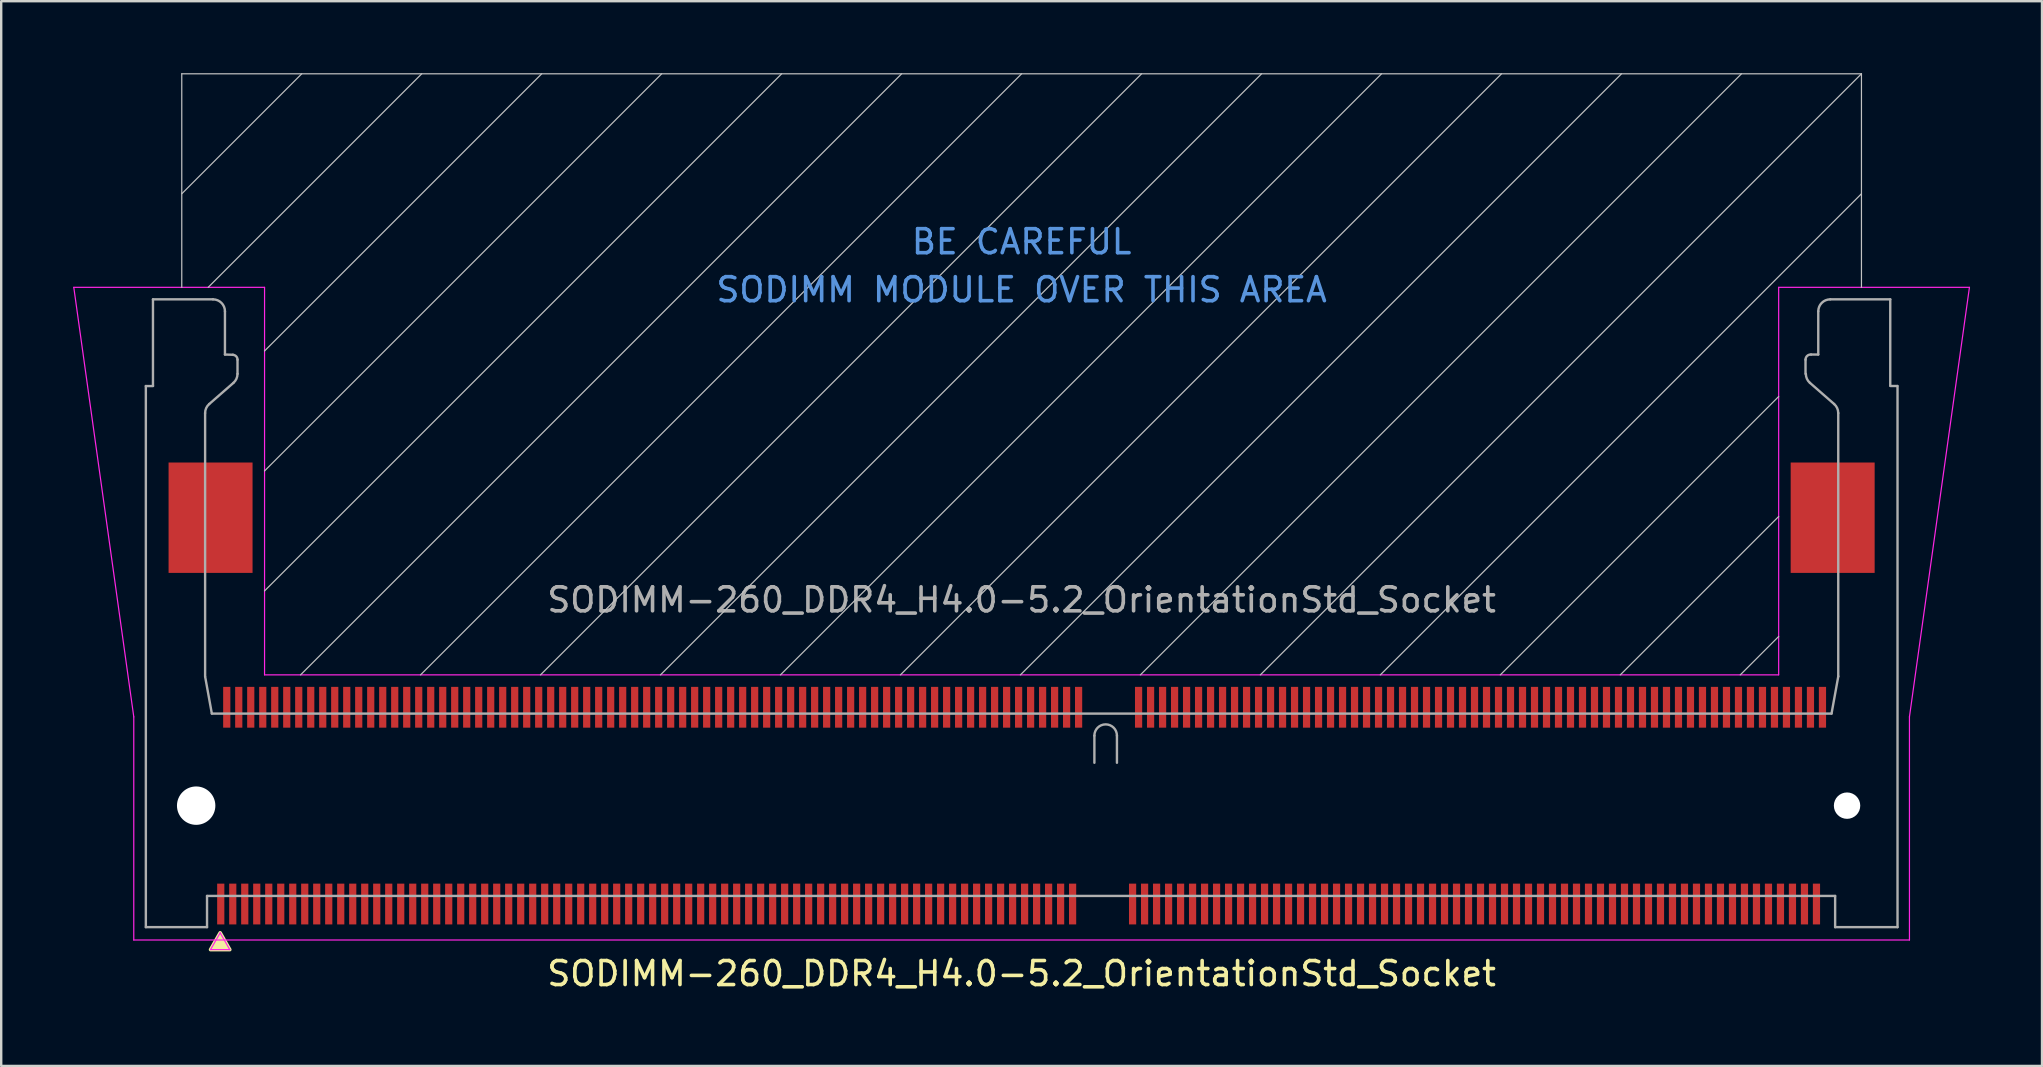
<source format=kicad_pcb>
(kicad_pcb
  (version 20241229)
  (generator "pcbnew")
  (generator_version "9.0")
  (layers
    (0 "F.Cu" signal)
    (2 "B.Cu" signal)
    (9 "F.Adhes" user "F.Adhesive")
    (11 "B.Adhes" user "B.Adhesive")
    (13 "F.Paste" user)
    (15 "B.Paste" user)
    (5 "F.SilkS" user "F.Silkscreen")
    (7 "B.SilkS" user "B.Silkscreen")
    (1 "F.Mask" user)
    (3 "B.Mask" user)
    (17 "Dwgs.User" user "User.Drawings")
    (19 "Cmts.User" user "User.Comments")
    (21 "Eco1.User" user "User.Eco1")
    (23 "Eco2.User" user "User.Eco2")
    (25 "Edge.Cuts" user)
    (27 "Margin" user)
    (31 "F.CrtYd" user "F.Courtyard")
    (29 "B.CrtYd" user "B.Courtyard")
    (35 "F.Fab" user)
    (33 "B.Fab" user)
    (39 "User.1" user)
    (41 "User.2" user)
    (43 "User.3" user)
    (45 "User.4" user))
  (footprint "SODIMM-260_DDR4_H4.0-5.2_OrientationStd_Socket"
    (layer "F.Cu")
    (at 39.525 30.525)
    (property "Reference" "SODIMM-260_DDR4_H4.0-5.2_OrientationStd_Socket" (at 0 7 0) (layer "F.SilkS") (effects (font (size 1 1) (thickness 0.15))))
    (attr smd)
    (fp_poly (pts (xy -33.8 6) (xy -33.4 5.3) (xy -33 6)) (stroke (width 0.15) (type solid)) (fill yes) (layer "F.SilkS"))
    (fp_line (start -35 -30.5) (end -35 -21.6) (stroke (width 0.05) (type solid)) (layer "Dwgs.User"))
    (fp_line (start -35 -30.5) (end 35 -30.5) (stroke (width 0.05) (type solid)) (layer "Dwgs.User"))
    (fp_line (start -35 -25.5) (end -30 -30.5) (stroke (width 0.05) (type solid)) (layer "Dwgs.User"))
    (fp_line (start -25 -30.5) (end -33.9 -21.6) (stroke (width 0.05) (type solid)) (layer "Dwgs.User"))
    (fp_line (start -20 -30.5) (end -31.55 -18.95) (stroke (width 0.05) (type solid)) (layer "Dwgs.User"))
    (fp_line (start -15 -30.5) (end -31.55 -13.95) (stroke (width 0.05) (type solid)) (layer "Dwgs.User"))
    (fp_line (start -10 -30.5) (end -31.55 -8.95) (stroke (width 0.05) (type solid)) (layer "Dwgs.User"))
    (fp_line (start -5 -30.5) (end -30.05 -5.45) (stroke (width 0.05) (type solid)) (layer "Dwgs.User"))
    (fp_line (start 0 -30.5) (end -25.05 -5.45) (stroke (width 0.05) (type solid)) (layer "Dwgs.User"))
    (fp_line (start 5 -30.5) (end -20.05 -5.45) (stroke (width 0.05) (type solid)) (layer "Dwgs.User"))
    (fp_line (start 10 -30.5) (end -15.05 -5.45) (stroke (width 0.05) (type solid)) (layer "Dwgs.User"))
    (fp_line (start 14.95 -5.45) (end 35 -25.5) (stroke (width 0.05) (type solid)) (layer "Dwgs.User"))
    (fp_line (start 15 -30.5) (end -10.05 -5.45) (stroke (width 0.05) (type solid)) (layer "Dwgs.User"))
    (fp_line (start 19.95 -5.45) (end 31.55 -17.05) (stroke (width 0.05) (type solid)) (layer "Dwgs.User"))
    (fp_line (start 20 -30.5) (end -5.05 -5.45) (stroke (width 0.05) (type solid)) (layer "Dwgs.User"))
    (fp_line (start 24.95 -5.45) (end 31.55 -12.05) (stroke (width 0.05) (type solid)) (layer "Dwgs.User"))
    (fp_line (start 25 -30.5) (end -0.05 -5.45) (stroke (width 0.05) (type solid)) (layer "Dwgs.User"))
    (fp_line (start 29.95 -5.45) (end 31.55 -7.05) (stroke (width 0.05) (type solid)) (layer "Dwgs.User"))
    (fp_line (start 30 -30.5) (end 4.95 -5.45) (stroke (width 0.05) (type solid)) (layer "Dwgs.User"))
    (fp_line (start 35 -30.5) (end 9.95 -5.45) (stroke (width 0.05) (type solid)) (layer "Dwgs.User"))
    (fp_line (start 35 -30.5) (end 35 -21.6) (stroke (width 0.05) (type solid)) (layer "Dwgs.User"))
    (fp_line (start -39.5 -21.6) (end -31.55 -21.6) (stroke (width 0.05) (type solid)) (layer "F.CrtYd"))
    (fp_line (start -37 -3.7) (end -39.5 -21.6) (stroke (width 0.05) (type solid)) (layer "F.CrtYd"))
    (fp_line (start -37 -3.7) (end -37 5.6) (stroke (width 0.05) (type solid)) (layer "F.CrtYd"))
    (fp_line (start -33.8 6) (end -33.4 5.3) (stroke (width 0.05) (type solid)) (layer "F.CrtYd"))
    (fp_line (start -33.4 5.3) (end -33 6) (stroke (width 0.05) (type solid)) (layer "F.CrtYd"))
    (fp_line (start -33 6) (end -33.8 6) (stroke (width 0.05) (type solid)) (layer "F.CrtYd"))
    (fp_line (start -31.55 -5.45) (end -31.55 -21.6) (stroke (width 0.05) (type solid)) (layer "F.CrtYd"))
    (fp_line (start -31.55 -5.45) (end 31.55 -5.45) (stroke (width 0.05) (type solid)) (layer "F.CrtYd"))
    (fp_line (start 31.55 -21.6) (end 39.5 -21.6) (stroke (width 0.05) (type solid)) (layer "F.CrtYd"))
    (fp_line (start 31.55 -5.45) (end 31.55 -21.6) (stroke (width 0.05) (type solid)) (layer "F.CrtYd"))
    (fp_line (start 37 -3.7) (end 37 5.6) (stroke (width 0.05) (type solid)) (layer "F.CrtYd"))
    (fp_line (start 37 -3.7) (end 39.5 -21.6) (stroke (width 0.05) (type solid)) (layer "F.CrtYd"))
    (fp_line (start 37 5.6) (end -37 5.6) (stroke (width 0.05) (type solid)) (layer "F.CrtYd"))
    (fp_line (start -36.497 -17.487) (end -36.497 5.063) (stroke (width 0.1) (type solid)) (layer "F.Fab"))
    (fp_line (start -36.497 -17.487) (end -36.197 -17.487) (stroke (width 0.1) (type solid)) (layer "F.Fab"))
    (fp_line (start -36.497 5.063) (end -33.947 5.063) (stroke (width 0.1) (type solid)) (layer "F.Fab"))
    (fp_line (start -36.2 -21.1) (end -36.2 -17.5) (stroke (width 0.1) (type solid)) (layer "F.Fab"))
    (fp_line (start -34.027 -16.36) (end -34.027 -5.387) (stroke (width 0.1) (type solid)) (layer "F.Fab"))
    (fp_line (start -33.947 3.763) (end 33.903 3.763) (stroke (width 0.1) (type solid)) (layer "F.Fab"))
    (fp_line (start -33.947 5.063) (end -33.947 3.763) (stroke (width 0.1) (type solid)) (layer "F.Fab"))
    (fp_line (start -33.747 -3.837) (end -34.025 -5.37) (stroke (width 0.1) (type solid)) (layer "F.Fab"))
    (fp_line (start -33.7 -21.1) (end -36.2 -21.1) (stroke (width 0.1) (type solid)) (layer "F.Fab"))
    (fp_line (start -33.2 -20.6) (end -33.2 -18.8) (stroke (width 0.1) (type solid)) (layer "F.Fab"))
    (fp_line (start -33.2 -18.8) (end -32.865 -18.79) (stroke (width 0.1) (type solid)) (layer "F.Fab"))
    (fp_line (start -32.848 -17.618) (end -33.856 -16.737) (stroke (width 0.1) (type solid)) (layer "F.Fab"))
    (fp_line (start -32.677 -18.587) (end -32.677 -17.995) (stroke (width 0.1) (type solid)) (layer "F.Fab"))
    (fp_line (start 3.033 -1.787) (end 3.033 -2.917) (stroke (width 0.1) (type solid)) (layer "F.Fab"))
    (fp_line (start 3.973 -2.917) (end 3.973 -1.787) (stroke (width 0.1) (type solid)) (layer "F.Fab"))
    (fp_line (start 32.669 -17.995) (end 32.669 -18.587) (stroke (width 0.1) (type solid)) (layer "F.Fab"))
    (fp_line (start 32.9 -18.8) (end 33.2 -18.8) (stroke (width 0.1) (type solid)) (layer "F.Fab"))
    (fp_line (start 33.2 -20.6) (end 33.2 -18.8) (stroke (width 0.1) (type solid)) (layer "F.Fab"))
    (fp_line (start 33.7 -21.1) (end 36.2 -21.1) (stroke (width 0.1) (type solid)) (layer "F.Fab"))
    (fp_line (start 33.753 -3.837) (end -33.747 -3.837) (stroke (width 0.1) (type solid)) (layer "F.Fab"))
    (fp_line (start 33.862 -16.737) (end 32.854 -17.618) (stroke (width 0.1) (type solid)) (layer "F.Fab"))
    (fp_line (start 33.903 3.763) (end 33.903 5.063) (stroke (width 0.1) (type solid)) (layer "F.Fab"))
    (fp_line (start 33.903 5.063) (end 36.503 5.063) (stroke (width 0.1) (type solid)) (layer "F.Fab"))
    (fp_line (start 34.033 -16.36) (end 34.033 -5.387) (stroke (width 0.1) (type solid)) (layer "F.Fab"))
    (fp_line (start 34.035 -5.39) (end 33.753 -3.837) (stroke (width 0.1) (type solid)) (layer "F.Fab"))
    (fp_line (start 36.2 -21.1) (end 36.2 -17.5) (stroke (width 0.1) (type solid)) (layer "F.Fab"))
    (fp_line (start 36.495 -17.49) (end 36.205 -17.49) (stroke (width 0.1) (type solid)) (layer "F.Fab"))
    (fp_line (start 36.503 -17.487) (end 36.503 5.063) (stroke (width 0.1) (type solid)) (layer "F.Fab"))
    (fp_arc (start -34.027353 -16.360455) (mid -33.982615 -16.567183) (end -33.856408 -16.736916) (stroke (width 0.1) (type solid)) (layer "F.Fab"))
    (fp_arc (start -33.7 -21.1) (mid -33.346447 -20.953553) (end -33.2 -20.6) (stroke (width 0.1) (type solid)) (layer "F.Fab"))
    (fp_arc (start -32.877353 -18.787497) (mid -32.735932 -18.728918) (end -32.677353 -18.587497) (stroke (width 0.1) (type solid)) (layer "F.Fab"))
    (fp_arc (start -32.677353 -17.994539) (mid -32.722091 -17.787811) (end -32.848298 -17.618078) (stroke (width 0.1) (type solid)) (layer "F.Fab"))
    (fp_arc (start 3.032647 -2.917497) (mid 3.502647 -3.387497) (end 3.972647 -2.917497) (stroke (width 0.1) (type solid)) (layer "F.Fab"))
    (fp_arc (start 32.669437 -18.587497) (mid 32.73815 -18.744274) (end 32.9 -18.8) (stroke (width 0.1) (type solid)) (layer "F.Fab"))
    (fp_arc (start 32.853592 -17.618078) (mid 32.727385 -17.787811) (end 32.682647 -17.994539) (stroke (width 0.1) (type solid)) (layer "F.Fab"))
    (fp_arc (start 33.2 -20.6) (mid 33.346447 -20.953553) (end 33.7 -21.1) (stroke (width 0.1) (type solid)) (layer "F.Fab"))
    (fp_arc (start 33.861702 -16.736916) (mid 33.987909 -16.567183) (end 34.032647 -16.360455) (stroke (width 0.1) (type solid)) (layer "F.Fab"))
    (fp_text user "BE CAREFUL" (at 0 -23.5 0) (layer "Cmts.User") (effects (font (size 1 1) (thickness 0.15))))
    (fp_text user "SODIMM MODULE OVER THIS AREA" (at 0 -21.5 0) (layer "Cmts.User") (effects (font (size 1 1) (thickness 0.15))))
    (fp_text user "${REFERENCE}" (at 0 -8.575 0) (layer "F.Fab") (effects (font (size 1 1) (thickness 0.15))))
    (pad "" np_thru_hole circle (at -34.4 0) (size 1.6 1.6) (drill 1.6) (layers "*.Cu" "*.Mask"))
    (pad "" np_thru_hole circle (at 34.4 0) (size 1.1 1.1) (drill 1.1) (layers "*.Cu" "*.Mask"))
    (pad "1" smd rect (at -33.375 4.1) (size 0.3 1.7) (layers "F.Cu" "F.Mask" "F.Paste"))
    (pad "2" smd rect (at -33.125 -4.1) (size 0.3 1.7) (layers "F.Cu" "F.Mask" "F.Paste"))
    (pad "3" smd rect (at -32.875 4.1) (size 0.3 1.7) (layers "F.Cu" "F.Mask" "F.Paste"))
    (pad "4" smd rect (at -32.625 -4.1) (size 0.3 1.7) (layers "F.Cu" "F.Mask" "F.Paste"))
    (pad "5" smd rect (at -32.375 4.1) (size 0.3 1.7) (layers "F.Cu" "F.Mask" "F.Paste"))
    (pad "6" smd rect (at -32.125 -4.1) (size 0.3 1.7) (layers "F.Cu" "F.Mask" "F.Paste"))
    (pad "7" smd rect (at -31.875 4.1) (size 0.3 1.7) (layers "F.Cu" "F.Mask" "F.Paste"))
    (pad "8" smd rect (at -31.625 -4.1) (size 0.3 1.7) (layers "F.Cu" "F.Mask" "F.Paste"))
    (pad "9" smd rect (at -31.375 4.1) (size 0.3 1.7) (layers "F.Cu" "F.Mask" "F.Paste"))
    (pad "10" smd rect (at -31.125 -4.1) (size 0.3 1.7) (layers "F.Cu" "F.Mask" "F.Paste"))
    (pad "11" smd rect (at -30.875 4.1) (size 0.3 1.7) (layers "F.Cu" "F.Mask" "F.Paste"))
    (pad "12" smd rect (at -30.625 -4.1) (size 0.3 1.7) (layers "F.Cu" "F.Mask" "F.Paste"))
    (pad "13" smd rect (at -30.375 4.1) (size 0.3 1.7) (layers "F.Cu" "F.Mask" "F.Paste"))
    (pad "14" smd rect (at -30.125 -4.1) (size 0.3 1.7) (layers "F.Cu" "F.Mask" "F.Paste"))
    (pad "15" smd rect (at -29.875 4.1) (size 0.3 1.7) (layers "F.Cu" "F.Mask" "F.Paste"))
    (pad "16" smd rect (at -29.625 -4.1) (size 0.3 1.7) (layers "F.Cu" "F.Mask" "F.Paste"))
    (pad "17" smd rect (at -29.375 4.1) (size 0.3 1.7) (layers "F.Cu" "F.Mask" "F.Paste"))
    (pad "18" smd rect (at -29.125 -4.1) (size 0.3 1.7) (layers "F.Cu" "F.Mask" "F.Paste"))
    (pad "19" smd rect (at -28.875 4.1) (size 0.3 1.7) (layers "F.Cu" "F.Mask" "F.Paste"))
    (pad "20" smd rect (at -28.625 -4.1) (size 0.3 1.7) (layers "F.Cu" "F.Mask" "F.Paste"))
    (pad "21" smd rect (at -28.375 4.1) (size 0.3 1.7) (layers "F.Cu" "F.Mask" "F.Paste"))
    (pad "22" smd rect (at -28.125 -4.1) (size 0.3 1.7) (layers "F.Cu" "F.Mask" "F.Paste"))
    (pad "23" smd rect (at -27.875 4.1) (size 0.3 1.7) (layers "F.Cu" "F.Mask" "F.Paste"))
    (pad "24" smd rect (at -27.625 -4.1) (size 0.3 1.7) (layers "F.Cu" "F.Mask" "F.Paste"))
    (pad "25" smd rect (at -27.375 4.1) (size 0.3 1.7) (layers "F.Cu" "F.Mask" "F.Paste"))
    (pad "26" smd rect (at -27.125 -4.1) (size 0.3 1.7) (layers "F.Cu" "F.Mask" "F.Paste"))
    (pad "27" smd rect (at -26.875 4.1) (size 0.3 1.7) (layers "F.Cu" "F.Mask" "F.Paste"))
    (pad "28" smd rect (at -26.625 -4.1) (size 0.3 1.7) (layers "F.Cu" "F.Mask" "F.Paste"))
    (pad "29" smd rect (at -26.375 4.1) (size 0.3 1.7) (layers "F.Cu" "F.Mask" "F.Paste"))
    (pad "30" smd rect (at -26.125 -4.1) (size 0.3 1.7) (layers "F.Cu" "F.Mask" "F.Paste"))
    (pad "31" smd rect (at -25.875 4.1) (size 0.3 1.7) (layers "F.Cu" "F.Mask" "F.Paste"))
    (pad "32" smd rect (at -25.625 -4.1) (size 0.3 1.7) (layers "F.Cu" "F.Mask" "F.Paste"))
    (pad "33" smd rect (at -25.375 4.1) (size 0.3 1.7) (layers "F.Cu" "F.Mask" "F.Paste"))
    (pad "34" smd rect (at -25.125 -4.1) (size 0.3 1.7) (layers "F.Cu" "F.Mask" "F.Paste"))
    (pad "35" smd rect (at -24.875 4.1) (size 0.3 1.7) (layers "F.Cu" "F.Mask" "F.Paste"))
    (pad "36" smd rect (at -24.625 -4.1) (size 0.3 1.7) (layers "F.Cu" "F.Mask" "F.Paste"))
    (pad "37" smd rect (at -24.375 4.1) (size 0.3 1.7) (layers "F.Cu" "F.Mask" "F.Paste"))
    (pad "38" smd rect (at -24.125 -4.1) (size 0.3 1.7) (layers "F.Cu" "F.Mask" "F.Paste"))
    (pad "39" smd rect (at -23.875 4.1) (size 0.3 1.7) (layers "F.Cu" "F.Mask" "F.Paste"))
    (pad "40" smd rect (at -23.625 -4.1) (size 0.3 1.7) (layers "F.Cu" "F.Mask" "F.Paste"))
    (pad "41" smd rect (at -23.375 4.1) (size 0.3 1.7) (layers "F.Cu" "F.Mask" "F.Paste"))
    (pad "42" smd rect (at -23.125 -4.1) (size 0.3 1.7) (layers "F.Cu" "F.Mask" "F.Paste"))
    (pad "43" smd rect (at -22.875 4.1) (size 0.3 1.7) (layers "F.Cu" "F.Mask" "F.Paste"))
    (pad "44" smd rect (at -22.625 -4.1) (size 0.3 1.7) (layers "F.Cu" "F.Mask" "F.Paste"))
    (pad "45" smd rect (at -22.375 4.1) (size 0.3 1.7) (layers "F.Cu" "F.Mask" "F.Paste"))
    (pad "46" smd rect (at -22.125 -4.1) (size 0.3 1.7) (layers "F.Cu" "F.Mask" "F.Paste"))
    (pad "47" smd rect (at -21.875 4.1) (size 0.3 1.7) (layers "F.Cu" "F.Mask" "F.Paste"))
    (pad "48" smd rect (at -21.625 -4.1) (size 0.3 1.7) (layers "F.Cu" "F.Mask" "F.Paste"))
    (pad "49" smd rect (at -21.375 4.1) (size 0.3 1.7) (layers "F.Cu" "F.Mask" "F.Paste"))
    (pad "50" smd rect (at -21.125 -4.1) (size 0.3 1.7) (layers "F.Cu" "F.Mask" "F.Paste"))
    (pad "51" smd rect (at -20.875 4.1) (size 0.3 1.7) (layers "F.Cu" "F.Mask" "F.Paste"))
    (pad "52" smd rect (at -20.625 -4.1) (size 0.3 1.7) (layers "F.Cu" "F.Mask" "F.Paste"))
    (pad "53" smd rect (at -20.375 4.1) (size 0.3 1.7) (layers "F.Cu" "F.Mask" "F.Paste"))
    (pad "54" smd rect (at -20.125 -4.1) (size 0.3 1.7) (layers "F.Cu" "F.Mask" "F.Paste"))
    (pad "55" smd rect (at -19.875 4.1) (size 0.3 1.7) (layers "F.Cu" "F.Mask" "F.Paste"))
    (pad "56" smd rect (at -19.625 -4.1) (size 0.3 1.7) (layers "F.Cu" "F.Mask" "F.Paste"))
    (pad "57" smd rect (at -19.375 4.1) (size 0.3 1.7) (layers "F.Cu" "F.Mask" "F.Paste"))
    (pad "58" smd rect (at -19.125 -4.1) (size 0.3 1.7) (layers "F.Cu" "F.Mask" "F.Paste"))
    (pad "59" smd rect (at -18.875 4.1) (size 0.3 1.7) (layers "F.Cu" "F.Mask" "F.Paste"))
    (pad "60" smd rect (at -18.625 -4.1) (size 0.3 1.7) (layers "F.Cu" "F.Mask" "F.Paste"))
    (pad "61" smd rect (at -18.375 4.1) (size 0.3 1.7) (layers "F.Cu" "F.Mask" "F.Paste"))
    (pad "62" smd rect (at -18.125 -4.1) (size 0.3 1.7) (layers "F.Cu" "F.Mask" "F.Paste"))
    (pad "63" smd rect (at -17.875 4.1) (size 0.3 1.7) (layers "F.Cu" "F.Mask" "F.Paste"))
    (pad "64" smd rect (at -17.625 -4.1) (size 0.3 1.7) (layers "F.Cu" "F.Mask" "F.Paste"))
    (pad "65" smd rect (at -17.375 4.1) (size 0.3 1.7) (layers "F.Cu" "F.Mask" "F.Paste"))
    (pad "66" smd rect (at -17.125 -4.1) (size 0.3 1.7) (layers "F.Cu" "F.Mask" "F.Paste"))
    (pad "67" smd rect (at -16.875 4.1) (size 0.3 1.7) (layers "F.Cu" "F.Mask" "F.Paste"))
    (pad "68" smd rect (at -16.625 -4.1) (size 0.3 1.7) (layers "F.Cu" "F.Mask" "F.Paste"))
    (pad "69" smd rect (at -16.375 4.1) (size 0.3 1.7) (layers "F.Cu" "F.Mask" "F.Paste"))
    (pad "70" smd rect (at -16.125 -4.1) (size 0.3 1.7) (layers "F.Cu" "F.Mask" "F.Paste"))
    (pad "71" smd rect (at -15.875 4.1) (size 0.3 1.7) (layers "F.Cu" "F.Mask" "F.Paste"))
    (pad "72" smd rect (at -15.625 -4.1) (size 0.3 1.7) (layers "F.Cu" "F.Mask" "F.Paste"))
    (pad "73" smd rect (at -15.375 4.1) (size 0.3 1.7) (layers "F.Cu" "F.Mask" "F.Paste"))
    (pad "74" smd rect (at -15.125 -4.1) (size 0.3 1.7) (layers "F.Cu" "F.Mask" "F.Paste"))
    (pad "75" smd rect (at -14.875 4.1) (size 0.3 1.7) (layers "F.Cu" "F.Mask" "F.Paste"))
    (pad "76" smd rect (at -14.625 -4.1) (size 0.3 1.7) (layers "F.Cu" "F.Mask" "F.Paste"))
    (pad "77" smd rect (at -14.375 4.1) (size 0.3 1.7) (layers "F.Cu" "F.Mask" "F.Paste"))
    (pad "78" smd rect (at -14.125 -4.1) (size 0.3 1.7) (layers "F.Cu" "F.Mask" "F.Paste"))
    (pad "79" smd rect (at -13.875 4.1) (size 0.3 1.7) (layers "F.Cu" "F.Mask" "F.Paste"))
    (pad "80" smd rect (at -13.625 -4.1) (size 0.3 1.7) (layers "F.Cu" "F.Mask" "F.Paste"))
    (pad "81" smd rect (at -13.375 4.1) (size 0.3 1.7) (layers "F.Cu" "F.Mask" "F.Paste"))
    (pad "82" smd rect (at -13.125 -4.1) (size 0.3 1.7) (layers "F.Cu" "F.Mask" "F.Paste"))
    (pad "83" smd rect (at -12.875 4.1) (size 0.3 1.7) (layers "F.Cu" "F.Mask" "F.Paste"))
    (pad "84" smd rect (at -12.625 -4.1) (size 0.3 1.7) (layers "F.Cu" "F.Mask" "F.Paste"))
    (pad "85" smd rect (at -12.375 4.1) (size 0.3 1.7) (layers "F.Cu" "F.Mask" "F.Paste"))
    (pad "86" smd rect (at -12.125 -4.1) (size 0.3 1.7) (layers "F.Cu" "F.Mask" "F.Paste"))
    (pad "87" smd rect (at -11.875 4.1) (size 0.3 1.7) (layers "F.Cu" "F.Mask" "F.Paste"))
    (pad "88" smd rect (at -11.625 -4.1) (size 0.3 1.7) (layers "F.Cu" "F.Mask" "F.Paste"))
    (pad "89" smd rect (at -11.375 4.1) (size 0.3 1.7) (layers "F.Cu" "F.Mask" "F.Paste"))
    (pad "90" smd rect (at -11.125 -4.1) (size 0.3 1.7) (layers "F.Cu" "F.Mask" "F.Paste"))
    (pad "91" smd rect (at -10.875 4.1) (size 0.3 1.7) (layers "F.Cu" "F.Mask" "F.Paste"))
    (pad "92" smd rect (at -10.625 -4.1) (size 0.3 1.7) (layers "F.Cu" "F.Mask" "F.Paste"))
    (pad "93" smd rect (at -10.375 4.1) (size 0.3 1.7) (layers "F.Cu" "F.Mask" "F.Paste"))
    (pad "94" smd rect (at -10.125 -4.1) (size 0.3 1.7) (layers "F.Cu" "F.Mask" "F.Paste"))
    (pad "95" smd rect (at -9.875 4.1) (size 0.3 1.7) (layers "F.Cu" "F.Mask" "F.Paste"))
    (pad "96" smd rect (at -9.625 -4.1) (size 0.3 1.7) (layers "F.Cu" "F.Mask" "F.Paste"))
    (pad "97" smd rect (at -9.375 4.1) (size 0.3 1.7) (layers "F.Cu" "F.Mask" "F.Paste"))
    (pad "98" smd rect (at -9.125 -4.1) (size 0.3 1.7) (layers "F.Cu" "F.Mask" "F.Paste"))
    (pad "99" smd rect (at -8.875 4.1) (size 0.3 1.7) (layers "F.Cu" "F.Mask" "F.Paste"))
    (pad "100" smd rect (at -8.625 -4.1) (size 0.3 1.7) (layers "F.Cu" "F.Mask" "F.Paste"))
    (pad "101" smd rect (at -8.375 4.1) (size 0.3 1.7) (layers "F.Cu" "F.Mask" "F.Paste"))
    (pad "102" smd rect (at -8.125 -4.1) (size 0.3 1.7) (layers "F.Cu" "F.Mask" "F.Paste"))
    (pad "103" smd rect (at -7.875 4.1) (size 0.3 1.7) (layers "F.Cu" "F.Mask" "F.Paste"))
    (pad "104" smd rect (at -7.625 -4.1) (size 0.3 1.7) (layers "F.Cu" "F.Mask" "F.Paste"))
    (pad "105" smd rect (at -7.375 4.1) (size 0.3 1.7) (layers "F.Cu" "F.Mask" "F.Paste"))
    (pad "106" smd rect (at -7.125 -4.1) (size 0.3 1.7) (layers "F.Cu" "F.Mask" "F.Paste"))
    (pad "107" smd rect (at -6.875 4.1) (size 0.3 1.7) (layers "F.Cu" "F.Mask" "F.Paste"))
    (pad "108" smd rect (at -6.625 -4.1) (size 0.3 1.7) (layers "F.Cu" "F.Mask" "F.Paste"))
    (pad "109" smd rect (at -6.375 4.1) (size 0.3 1.7) (layers "F.Cu" "F.Mask" "F.Paste"))
    (pad "110" smd rect (at -6.125 -4.1) (size 0.3 1.7) (layers "F.Cu" "F.Mask" "F.Paste"))
    (pad "111" smd rect (at -5.875 4.1) (size 0.3 1.7) (layers "F.Cu" "F.Mask" "F.Paste"))
    (pad "112" smd rect (at -5.625 -4.1) (size 0.3 1.7) (layers "F.Cu" "F.Mask" "F.Paste"))
    (pad "113" smd rect (at -5.375 4.1) (size 0.3 1.7) (layers "F.Cu" "F.Mask" "F.Paste"))
    (pad "114" smd rect (at -5.125 -4.1) (size 0.3 1.7) (layers "F.Cu" "F.Mask" "F.Paste"))
    (pad "115" smd rect (at -4.875 4.1) (size 0.3 1.7) (layers "F.Cu" "F.Mask" "F.Paste"))
    (pad "116" smd rect (at -4.625 -4.1) (size 0.3 1.7) (layers "F.Cu" "F.Mask" "F.Paste"))
    (pad "117" smd rect (at -4.375 4.1) (size 0.3 1.7) (layers "F.Cu" "F.Mask" "F.Paste"))
    (pad "118" smd rect (at -4.125 -4.1) (size 0.3 1.7) (layers "F.Cu" "F.Mask" "F.Paste"))
    (pad "119" smd rect (at -3.875 4.1) (size 0.3 1.7) (layers "F.Cu" "F.Mask" "F.Paste"))
    (pad "120" smd rect (at -3.625 -4.1) (size 0.3 1.7) (layers "F.Cu" "F.Mask" "F.Paste"))
    (pad "121" smd rect (at -3.375 4.1) (size 0.3 1.7) (layers "F.Cu" "F.Mask" "F.Paste"))
    (pad "122" smd rect (at -3.125 -4.1) (size 0.3 1.7) (layers "F.Cu" "F.Mask" "F.Paste"))
    (pad "123" smd rect (at -2.875 4.1) (size 0.3 1.7) (layers "F.Cu" "F.Mask" "F.Paste"))
    (pad "124" smd rect (at -2.625 -4.1) (size 0.3 1.7) (layers "F.Cu" "F.Mask" "F.Paste"))
    (pad "125" smd rect (at -2.375 4.1) (size 0.3 1.7) (layers "F.Cu" "F.Mask" "F.Paste"))
    (pad "126" smd rect (at -2.125 -4.1) (size 0.3 1.7) (layers "F.Cu" "F.Mask" "F.Paste"))
    (pad "127" smd rect (at -1.875 4.1) (size 0.3 1.7) (layers "F.Cu" "F.Mask" "F.Paste"))
    (pad "128" smd rect (at -1.625 -4.1) (size 0.3 1.7) (layers "F.Cu" "F.Mask" "F.Paste"))
    (pad "129" smd rect (at -1.375 4.1) (size 0.3 1.7) (layers "F.Cu" "F.Mask" "F.Paste"))
    (pad "130" smd rect (at -1.125 -4.1) (size 0.3 1.7) (layers "F.Cu" "F.Mask" "F.Paste"))
    (pad "131" smd rect (at -0.875 4.1) (size 0.3 1.7) (layers "F.Cu" "F.Mask" "F.Paste"))
    (pad "132" smd rect (at -0.625 -4.1) (size 0.3 1.7) (layers "F.Cu" "F.Mask" "F.Paste"))
    (pad "133" smd rect (at -0.375 4.1) (size 0.3 1.7) (layers "F.Cu" "F.Mask" "F.Paste"))
    (pad "134" smd rect (at -0.125 -4.1) (size 0.3 1.7) (layers "F.Cu" "F.Mask" "F.Paste"))
    (pad "135" smd rect (at 0.125 4.1) (size 0.3 1.7) (layers "F.Cu" "F.Mask" "F.Paste"))
    (pad "136" smd rect (at 0.375 -4.1) (size 0.3 1.7) (layers "F.Cu" "F.Mask" "F.Paste"))
    (pad "137" smd rect (at 0.625 4.1) (size 0.3 1.7) (layers "F.Cu" "F.Mask" "F.Paste"))
    (pad "138" smd rect (at 0.875 -4.1) (size 0.3 1.7) (layers "F.Cu" "F.Mask" "F.Paste"))
    (pad "139" smd rect (at 1.125 4.1) (size 0.3 1.7) (layers "F.Cu" "F.Mask" "F.Paste"))
    (pad "140" smd rect (at 1.375 -4.1) (size 0.3 1.7) (layers "F.Cu" "F.Mask" "F.Paste"))
    (pad "141" smd rect (at 1.625 4.1) (size 0.3 1.7) (layers "F.Cu" "F.Mask" "F.Paste"))
    (pad "142" smd rect (at 1.875 -4.1) (size 0.3 1.7) (layers "F.Cu" "F.Mask" "F.Paste"))
    (pad "143" smd rect (at 2.125 4.1) (size 0.3 1.7) (layers "F.Cu" "F.Mask" "F.Paste"))
    (pad "144" smd rect (at 2.375 -4.1) (size 0.3 1.7) (layers "F.Cu" "F.Mask" "F.Paste"))
    (pad "145" smd rect (at 4.625 4.1) (size 0.3 1.7) (layers "F.Cu" "F.Mask" "F.Paste"))
    (pad "146" smd rect (at 4.875 -4.1) (size 0.3 1.7) (layers "F.Cu" "F.Mask" "F.Paste"))
    (pad "147" smd rect (at 5.125 4.1) (size 0.3 1.7) (layers "F.Cu" "F.Mask" "F.Paste"))
    (pad "148" smd rect (at 5.375 -4.1) (size 0.3 1.7) (layers "F.Cu" "F.Mask" "F.Paste"))
    (pad "149" smd rect (at 5.625 4.1) (size 0.3 1.7) (layers "F.Cu" "F.Mask" "F.Paste"))
    (pad "150" smd rect (at 5.875 -4.1) (size 0.3 1.7) (layers "F.Cu" "F.Mask" "F.Paste"))
    (pad "151" smd rect (at 6.125 4.1) (size 0.3 1.7) (layers "F.Cu" "F.Mask" "F.Paste"))
    (pad "152" smd rect (at 6.375 -4.1) (size 0.3 1.7) (layers "F.Cu" "F.Mask" "F.Paste"))
    (pad "153" smd rect (at 6.625 4.1) (size 0.3 1.7) (layers "F.Cu" "F.Mask" "F.Paste"))
    (pad "154" smd rect (at 6.875 -4.1) (size 0.3 1.7) (layers "F.Cu" "F.Mask" "F.Paste"))
    (pad "155" smd rect (at 7.125 4.1) (size 0.3 1.7) (layers "F.Cu" "F.Mask" "F.Paste"))
    (pad "156" smd rect (at 7.375 -4.1) (size 0.3 1.7) (layers "F.Cu" "F.Mask" "F.Paste"))
    (pad "157" smd rect (at 7.625 4.1) (size 0.3 1.7) (layers "F.Cu" "F.Mask" "F.Paste"))
    (pad "158" smd rect (at 7.875 -4.1) (size 0.3 1.7) (layers "F.Cu" "F.Mask" "F.Paste"))
    (pad "159" smd rect (at 8.125 4.1) (size 0.3 1.7) (layers "F.Cu" "F.Mask" "F.Paste"))
    (pad "160" smd rect (at 8.375 -4.1) (size 0.3 1.7) (layers "F.Cu" "F.Mask" "F.Paste"))
    (pad "161" smd rect (at 8.625 4.1) (size 0.3 1.7) (layers "F.Cu" "F.Mask" "F.Paste"))
    (pad "162" smd rect (at 8.875 -4.1) (size 0.3 1.7) (layers "F.Cu" "F.Mask" "F.Paste"))
    (pad "163" smd rect (at 9.125 4.1) (size 0.3 1.7) (layers "F.Cu" "F.Mask" "F.Paste"))
    (pad "164" smd rect (at 9.375 -4.1) (size 0.3 1.7) (layers "F.Cu" "F.Mask" "F.Paste"))
    (pad "165" smd rect (at 9.625 4.1) (size 0.3 1.7) (layers "F.Cu" "F.Mask" "F.Paste"))
    (pad "166" smd rect (at 9.875 -4.1) (size 0.3 1.7) (layers "F.Cu" "F.Mask" "F.Paste"))
    (pad "167" smd rect (at 10.125 4.1) (size 0.3 1.7) (layers "F.Cu" "F.Mask" "F.Paste"))
    (pad "168" smd rect (at 10.375 -4.1) (size 0.3 1.7) (layers "F.Cu" "F.Mask" "F.Paste"))
    (pad "169" smd rect (at 10.625 4.1) (size 0.3 1.7) (layers "F.Cu" "F.Mask" "F.Paste"))
    (pad "170" smd rect (at 10.875 -4.1) (size 0.3 1.7) (layers "F.Cu" "F.Mask" "F.Paste"))
    (pad "171" smd rect (at 11.125 4.1) (size 0.3 1.7) (layers "F.Cu" "F.Mask" "F.Paste"))
    (pad "172" smd rect (at 11.375 -4.1) (size 0.3 1.7) (layers "F.Cu" "F.Mask" "F.Paste"))
    (pad "173" smd rect (at 11.625 4.1) (size 0.3 1.7) (layers "F.Cu" "F.Mask" "F.Paste"))
    (pad "174" smd rect (at 11.875 -4.1) (size 0.3 1.7) (layers "F.Cu" "F.Mask" "F.Paste"))
    (pad "175" smd rect (at 12.125 4.1) (size 0.3 1.7) (layers "F.Cu" "F.Mask" "F.Paste"))
    (pad "176" smd rect (at 12.375 -4.1) (size 0.3 1.7) (layers "F.Cu" "F.Mask" "F.Paste"))
    (pad "177" smd rect (at 12.625 4.1) (size 0.3 1.7) (layers "F.Cu" "F.Mask" "F.Paste"))
    (pad "178" smd rect (at 12.875 -4.1) (size 0.3 1.7) (layers "F.Cu" "F.Mask" "F.Paste"))
    (pad "179" smd rect (at 13.125 4.1) (size 0.3 1.7) (layers "F.Cu" "F.Mask" "F.Paste"))
    (pad "180" smd rect (at 13.375 -4.1) (size 0.3 1.7) (layers "F.Cu" "F.Mask" "F.Paste"))
    (pad "181" smd rect (at 13.625 4.1) (size 0.3 1.7) (layers "F.Cu" "F.Mask" "F.Paste"))
    (pad "182" smd rect (at 13.875 -4.1) (size 0.3 1.7) (layers "F.Cu" "F.Mask" "F.Paste"))
    (pad "183" smd rect (at 14.125 4.1) (size 0.3 1.7) (layers "F.Cu" "F.Mask" "F.Paste"))
    (pad "184" smd rect (at 14.375 -4.1) (size 0.3 1.7) (layers "F.Cu" "F.Mask" "F.Paste"))
    (pad "185" smd rect (at 14.625 4.1) (size 0.3 1.7) (layers "F.Cu" "F.Mask" "F.Paste"))
    (pad "186" smd rect (at 14.875 -4.1) (size 0.3 1.7) (layers "F.Cu" "F.Mask" "F.Paste"))
    (pad "187" smd rect (at 15.125 4.1) (size 0.3 1.7) (layers "F.Cu" "F.Mask" "F.Paste"))
    (pad "188" smd rect (at 15.375 -4.1) (size 0.3 1.7) (layers "F.Cu" "F.Mask" "F.Paste"))
    (pad "189" smd rect (at 15.625 4.1) (size 0.3 1.7) (layers "F.Cu" "F.Mask" "F.Paste"))
    (pad "190" smd rect (at 15.875 -4.1) (size 0.3 1.7) (layers "F.Cu" "F.Mask" "F.Paste"))
    (pad "191" smd rect (at 16.125 4.1) (size 0.3 1.7) (layers "F.Cu" "F.Mask" "F.Paste"))
    (pad "192" smd rect (at 16.375 -4.1) (size 0.3 1.7) (layers "F.Cu" "F.Mask" "F.Paste"))
    (pad "193" smd rect (at 16.625 4.1) (size 0.3 1.7) (layers "F.Cu" "F.Mask" "F.Paste"))
    (pad "194" smd rect (at 16.875 -4.1) (size 0.3 1.7) (layers "F.Cu" "F.Mask" "F.Paste"))
    (pad "195" smd rect (at 17.125 4.1) (size 0.3 1.7) (layers "F.Cu" "F.Mask" "F.Paste"))
    (pad "196" smd rect (at 17.375 -4.1) (size 0.3 1.7) (layers "F.Cu" "F.Mask" "F.Paste"))
    (pad "197" smd rect (at 17.625 4.1) (size 0.3 1.7) (layers "F.Cu" "F.Mask" "F.Paste"))
    (pad "198" smd rect (at 17.875 -4.1) (size 0.3 1.7) (layers "F.Cu" "F.Mask" "F.Paste"))
    (pad "199" smd rect (at 18.125 4.1) (size 0.3 1.7) (layers "F.Cu" "F.Mask" "F.Paste"))
    (pad "200" smd rect (at 18.375 -4.1) (size 0.3 1.7) (layers "F.Cu" "F.Mask" "F.Paste"))
    (pad "201" smd rect (at 18.625 4.1) (size 0.3 1.7) (layers "F.Cu" "F.Mask" "F.Paste"))
    (pad "202" smd rect (at 18.875 -4.1) (size 0.3 1.7) (layers "F.Cu" "F.Mask" "F.Paste"))
    (pad "203" smd rect (at 19.125 4.1) (size 0.3 1.7) (layers "F.Cu" "F.Mask" "F.Paste"))
    (pad "204" smd rect (at 19.375 -4.1) (size 0.3 1.7) (layers "F.Cu" "F.Mask" "F.Paste"))
    (pad "205" smd rect (at 19.625 4.1) (size 0.3 1.7) (layers "F.Cu" "F.Mask" "F.Paste"))
    (pad "206" smd rect (at 19.875 -4.1) (size 0.3 1.7) (layers "F.Cu" "F.Mask" "F.Paste"))
    (pad "207" smd rect (at 20.125 4.1) (size 0.3 1.7) (layers "F.Cu" "F.Mask" "F.Paste"))
    (pad "208" smd rect (at 20.375 -4.1) (size 0.3 1.7) (layers "F.Cu" "F.Mask" "F.Paste"))
    (pad "209" smd rect (at 20.625 4.1) (size 0.3 1.7) (layers "F.Cu" "F.Mask" "F.Paste"))
    (pad "210" smd rect (at 20.875 -4.1) (size 0.3 1.7) (layers "F.Cu" "F.Mask" "F.Paste"))
    (pad "211" smd rect (at 21.125 4.1) (size 0.3 1.7) (layers "F.Cu" "F.Mask" "F.Paste"))
    (pad "212" smd rect (at 21.375 -4.1) (size 0.3 1.7) (layers "F.Cu" "F.Mask" "F.Paste"))
    (pad "213" smd rect (at 21.625 4.1) (size 0.3 1.7) (layers "F.Cu" "F.Mask" "F.Paste"))
    (pad "214" smd rect (at 21.875 -4.1) (size 0.3 1.7) (layers "F.Cu" "F.Mask" "F.Paste"))
    (pad "215" smd rect (at 22.125 4.1) (size 0.3 1.7) (layers "F.Cu" "F.Mask" "F.Paste"))
    (pad "216" smd rect (at 22.375 -4.1) (size 0.3 1.7) (layers "F.Cu" "F.Mask" "F.Paste"))
    (pad "217" smd rect (at 22.625 4.1) (size 0.3 1.7) (layers "F.Cu" "F.Mask" "F.Paste"))
    (pad "218" smd rect (at 22.875 -4.1) (size 0.3 1.7) (layers "F.Cu" "F.Mask" "F.Paste"))
    (pad "219" smd rect (at 23.125 4.1) (size 0.3 1.7) (layers "F.Cu" "F.Mask" "F.Paste"))
    (pad "220" smd rect (at 23.375 -4.1) (size 0.3 1.7) (layers "F.Cu" "F.Mask" "F.Paste"))
    (pad "221" smd rect (at 23.625 4.1) (size 0.3 1.7) (layers "F.Cu" "F.Mask" "F.Paste"))
    (pad "222" smd rect (at 23.875 -4.1) (size 0.3 1.7) (layers "F.Cu" "F.Mask" "F.Paste"))
    (pad "223" smd rect (at 24.125 4.1) (size 0.3 1.7) (layers "F.Cu" "F.Mask" "F.Paste"))
    (pad "224" smd rect (at 24.375 -4.1) (size 0.3 1.7) (layers "F.Cu" "F.Mask" "F.Paste"))
    (pad "225" smd rect (at 24.625 4.1) (size 0.3 1.7) (layers "F.Cu" "F.Mask" "F.Paste"))
    (pad "226" smd rect (at 24.875 -4.1) (size 0.3 1.7) (layers "F.Cu" "F.Mask" "F.Paste"))
    (pad "227" smd rect (at 25.125 4.1) (size 0.3 1.7) (layers "F.Cu" "F.Mask" "F.Paste"))
    (pad "228" smd rect (at 25.375 -4.1) (size 0.3 1.7) (layers "F.Cu" "F.Mask" "F.Paste"))
    (pad "229" smd rect (at 25.625 4.1) (size 0.3 1.7) (layers "F.Cu" "F.Mask" "F.Paste"))
    (pad "230" smd rect (at 25.875 -4.1) (size 0.3 1.7) (layers "F.Cu" "F.Mask" "F.Paste"))
    (pad "231" smd rect (at 26.125 4.1) (size 0.3 1.7) (layers "F.Cu" "F.Mask" "F.Paste"))
    (pad "232" smd rect (at 26.375 -4.1) (size 0.3 1.7) (layers "F.Cu" "F.Mask" "F.Paste"))
    (pad "233" smd rect (at 26.625 4.1) (size 0.3 1.7) (layers "F.Cu" "F.Mask" "F.Paste"))
    (pad "234" smd rect (at 26.875 -4.1) (size 0.3 1.7) (layers "F.Cu" "F.Mask" "F.Paste"))
    (pad "235" smd rect (at 27.125 4.1) (size 0.3 1.7) (layers "F.Cu" "F.Mask" "F.Paste"))
    (pad "236" smd rect (at 27.375 -4.1) (size 0.3 1.7) (layers "F.Cu" "F.Mask" "F.Paste"))
    (pad "237" smd rect (at 27.625 4.1) (size 0.3 1.7) (layers "F.Cu" "F.Mask" "F.Paste"))
    (pad "238" smd rect (at 27.875 -4.1) (size 0.3 1.7) (layers "F.Cu" "F.Mask" "F.Paste"))
    (pad "239" smd rect (at 28.125 4.1) (size 0.3 1.7) (layers "F.Cu" "F.Mask" "F.Paste"))
    (pad "240" smd rect (at 28.375 -4.1) (size 0.3 1.7) (layers "F.Cu" "F.Mask" "F.Paste"))
    (pad "241" smd rect (at 28.625 4.1) (size 0.3 1.7) (layers "F.Cu" "F.Mask" "F.Paste"))
    (pad "242" smd rect (at 28.875 -4.1) (size 0.3 1.7) (layers "F.Cu" "F.Mask" "F.Paste"))
    (pad "243" smd rect (at 29.125 4.1) (size 0.3 1.7) (layers "F.Cu" "F.Mask" "F.Paste"))
    (pad "244" smd rect (at 29.375 -4.1) (size 0.3 1.7) (layers "F.Cu" "F.Mask" "F.Paste"))
    (pad "245" smd rect (at 29.625 4.1) (size 0.3 1.7) (layers "F.Cu" "F.Mask" "F.Paste"))
    (pad "246" smd rect (at 29.875 -4.1) (size 0.3 1.7) (layers "F.Cu" "F.Mask" "F.Paste"))
    (pad "247" smd rect (at 30.125 4.1) (size 0.3 1.7) (layers "F.Cu" "F.Mask" "F.Paste"))
    (pad "248" smd rect (at 30.375 -4.1) (size 0.3 1.7) (layers "F.Cu" "F.Mask" "F.Paste"))
    (pad "249" smd rect (at 30.625 4.1) (size 0.3 1.7) (layers "F.Cu" "F.Mask" "F.Paste"))
    (pad "250" smd rect (at 30.875 -4.1) (size 0.3 1.7) (layers "F.Cu" "F.Mask" "F.Paste"))
    (pad "251" smd rect (at 31.125 4.1) (size 0.3 1.7) (layers "F.Cu" "F.Mask" "F.Paste"))
    (pad "252" smd rect (at 31.375 -4.1) (size 0.3 1.7) (layers "F.Cu" "F.Mask" "F.Paste"))
    (pad "253" smd rect (at 31.625 4.1) (size 0.3 1.7) (layers "F.Cu" "F.Mask" "F.Paste"))
    (pad "254" smd rect (at 31.875 -4.1) (size 0.3 1.7) (layers "F.Cu" "F.Mask" "F.Paste"))
    (pad "255" smd rect (at 32.125 4.1) (size 0.3 1.7) (layers "F.Cu" "F.Mask" "F.Paste"))
    (pad "256" smd rect (at 32.375 -4.1) (size 0.3 1.7) (layers "F.Cu" "F.Mask" "F.Paste"))
    (pad "257" smd rect (at 32.625 4.1) (size 0.3 1.7) (layers "F.Cu" "F.Mask" "F.Paste"))
    (pad "258" smd rect (at 32.875 -4.1) (size 0.3 1.7) (layers "F.Cu" "F.Mask" "F.Paste"))
    (pad "259" smd rect (at 33.125 4.1) (size 0.3 1.7) (layers "F.Cu" "F.Mask" "F.Paste"))
    (pad "260" smd rect (at 33.375 -4.1) (size 0.3 1.7) (layers "F.Cu" "F.Mask" "F.Paste"))
    (pad "MP" smd rect (at -33.8 -12) (size 3.5 4.6) (layers "F.Cu" "F.Mask" "F.Paste"))
    (pad "MP" smd rect (at 33.8 -12) (size 3.5 4.6) (layers "F.Cu" "F.Mask" "F.Paste")))
  (gr_rect
    (start -3 -3)
    (end 82.05 41.373)
    (stroke (width 0.1) (type default))
    (fill no)
    (layer "Edge.Cuts")))
</source>
